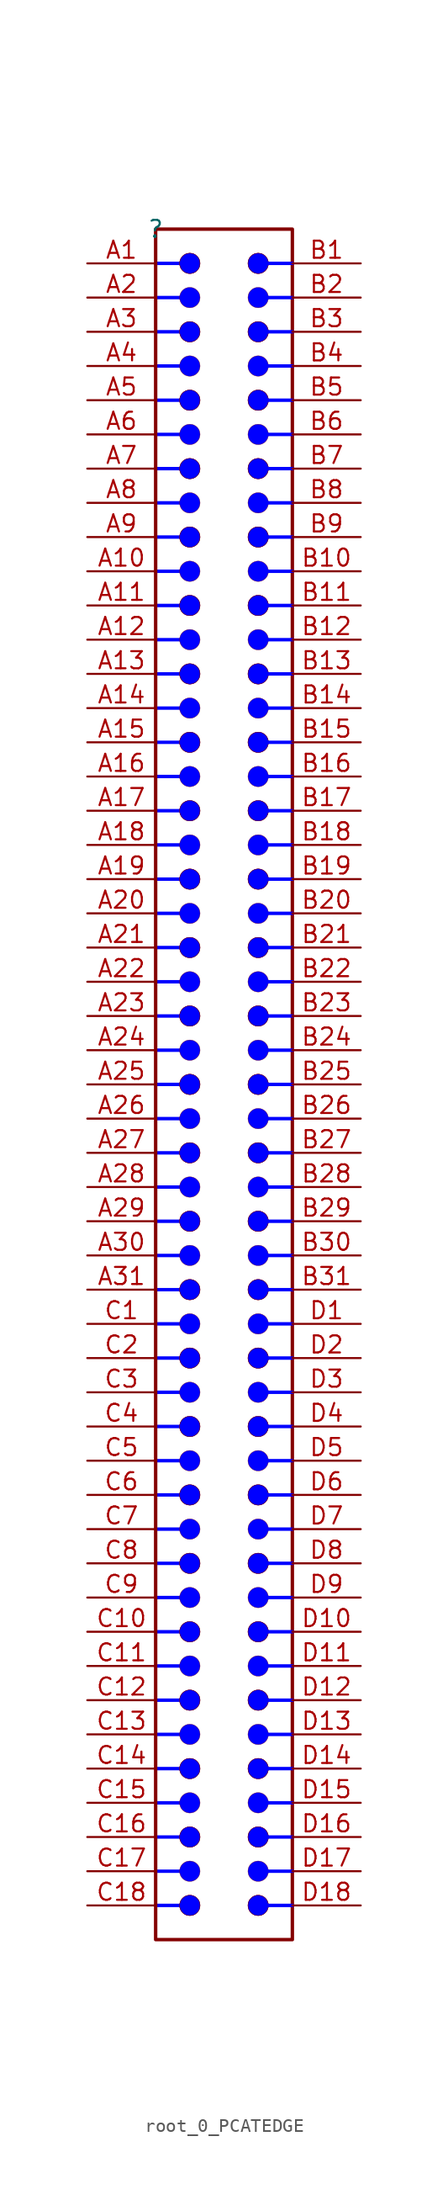
<source format=kicad_sym>
(kicad_symbol_lib
  (version 20220914)
  (generator kicad_symbol_editor)
  (symbol "root_0_PCATEDGE"
    (property "Reference" ""
      (at 0 0 0)
      (effects (font (size 1.27 1.27))))
    (property "Value" ""
      (at 0 0 0)
      (effects (font (size 1.27 1.27))))
    (symbol "root_0_PCATEDGE_1_0"
      (polyline (pts (xy 0 -124.46) (xy 1.778 -124.46)) (stroke (width 0.254) (type solid) (color 0 0 255 1)) (fill (type none)))
      (polyline (pts (xy 0 -121.92) (xy 1.778 -121.92)) (stroke (width 0.254) (type solid) (color 0 0 255 1)) (fill (type none)))
      (polyline (pts (xy 0 -119.38) (xy 1.778 -119.38)) (stroke (width 0.254) (type solid) (color 0 0 255 1)) (fill (type none)))
      (polyline (pts (xy 0 -116.84) (xy 1.778 -116.84)) (stroke (width 0.254) (type solid) (color 0 0 255 1)) (fill (type none)))
      (polyline (pts (xy 0 -114.3) (xy 1.778 -114.3)) (stroke (width 0.254) (type solid) (color 0 0 255 1)) (fill (type none)))
      (polyline (pts (xy 0 -111.76) (xy 1.778 -111.76)) (stroke (width 0.254) (type solid) (color 0 0 255 1)) (fill (type none)))
      (polyline (pts (xy 0 -109.22) (xy 1.778 -109.22)) (stroke (width 0.254) (type solid) (color 0 0 255 1)) (fill (type none)))
      (polyline (pts (xy 0 -106.68) (xy 1.778 -106.68)) (stroke (width 0.254) (type solid) (color 0 0 255 1)) (fill (type none)))
      (polyline (pts (xy 0 -104.14) (xy 1.778 -104.14)) (stroke (width 0.254) (type solid) (color 0 0 255 1)) (fill (type none)))
      (polyline (pts (xy 0 -101.6) (xy 1.778 -101.6)) (stroke (width 0.254) (type solid) (color 0 0 255 1)) (fill (type none)))
      (polyline (pts (xy 0 -99.06) (xy 1.778 -99.06)) (stroke (width 0.254) (type solid) (color 0 0 255 1)) (fill (type none)))
      (polyline (pts (xy 0 -96.52) (xy 1.778 -96.52)) (stroke (width 0.254) (type solid) (color 0 0 255 1)) (fill (type none)))
      (polyline (pts (xy 0 -93.98) (xy 1.778 -93.98)) (stroke (width 0.254) (type solid) (color 0 0 255 1)) (fill (type none)))
      (polyline (pts (xy 0 -91.44) (xy 1.778 -91.44)) (stroke (width 0.254) (type solid) (color 0 0 255 1)) (fill (type none)))
      (polyline (pts (xy 0 -88.9) (xy 1.778 -88.9)) (stroke (width 0.254) (type solid) (color 0 0 255 1)) (fill (type none)))
      (polyline (pts (xy 0 -86.36) (xy 1.778 -86.36)) (stroke (width 0.254) (type solid) (color 0 0 255 1)) (fill (type none)))
      (polyline (pts (xy 0 -83.82) (xy 1.778 -83.82)) (stroke (width 0.254) (type solid) (color 0 0 255 1)) (fill (type none)))
      (polyline (pts (xy 0 -81.28) (xy 1.778 -81.28)) (stroke (width 0.254) (type solid) (color 0 0 255 1)) (fill (type none)))
      (polyline (pts (xy 0 -78.74) (xy 1.778 -78.74)) (stroke (width 0.254) (type solid) (color 0 0 255 1)) (fill (type none)))
      (polyline (pts (xy 0 -76.2) (xy 1.778 -76.2)) (stroke (width 0.254) (type solid) (color 0 0 255 1)) (fill (type none)))
      (polyline (pts (xy 0 -73.66) (xy 1.778 -73.66)) (stroke (width 0.254) (type solid) (color 0 0 255 1)) (fill (type none)))
      (polyline (pts (xy 0 -71.12) (xy 1.778 -71.12)) (stroke (width 0.254) (type solid) (color 0 0 255 1)) (fill (type none)))
      (polyline (pts (xy 0 -68.58) (xy 1.778 -68.58)) (stroke (width 0.254) (type solid) (color 0 0 255 1)) (fill (type none)))
      (polyline (pts (xy 0 -66.04) (xy 1.778 -66.04)) (stroke (width 0.254) (type solid) (color 0 0 255 1)) (fill (type none)))
      (polyline (pts (xy 0 -63.5) (xy 1.778 -63.5)) (stroke (width 0.254) (type solid) (color 0 0 255 1)) (fill (type none)))
      (polyline (pts (xy 0 -60.96) (xy 1.778 -60.96)) (stroke (width 0.254) (type solid) (color 0 0 255 1)) (fill (type none)))
      (polyline (pts (xy 0 -58.42) (xy 1.778 -58.42)) (stroke (width 0.254) (type solid) (color 0 0 255 1)) (fill (type none)))
      (polyline (pts (xy 0 -55.88) (xy 1.778 -55.88)) (stroke (width 0.254) (type solid) (color 0 0 255 1)) (fill (type none)))
      (polyline (pts (xy 0 -53.34) (xy 1.778 -53.34)) (stroke (width 0.254) (type solid) (color 0 0 255 1)) (fill (type none)))
      (polyline (pts (xy 0 -50.8) (xy 1.778 -50.8)) (stroke (width 0.254) (type solid) (color 0 0 255 1)) (fill (type none)))
      (polyline (pts (xy 0 -48.26) (xy 1.778 -48.26)) (stroke (width 0.254) (type solid) (color 0 0 255 1)) (fill (type none)))
      (polyline (pts (xy 0 -45.72) (xy 1.778 -45.72)) (stroke (width 0.254) (type solid) (color 0 0 255 1)) (fill (type none)))
      (polyline (pts (xy 0 -43.18) (xy 1.778 -43.18)) (stroke (width 0.254) (type solid) (color 0 0 255 1)) (fill (type none)))
      (polyline (pts (xy 0 -40.64) (xy 1.778 -40.64)) (stroke (width 0.254) (type solid) (color 0 0 255 1)) (fill (type none)))
      (polyline (pts (xy 0 -38.1) (xy 1.778 -38.1)) (stroke (width 0.254) (type solid) (color 0 0 255 1)) (fill (type none)))
      (polyline (pts (xy 0 -35.56) (xy 1.778 -35.56)) (stroke (width 0.254) (type solid) (color 0 0 255 1)) (fill (type none)))
      (polyline (pts (xy 0 -33.02) (xy 1.778 -33.02)) (stroke (width 0.254) (type solid) (color 0 0 255 1)) (fill (type none)))
      (polyline (pts (xy 0 -30.48) (xy 1.778 -30.48)) (stroke (width 0.254) (type solid) (color 0 0 255 1)) (fill (type none)))
      (polyline (pts (xy 0 -27.94) (xy 1.778 -27.94)) (stroke (width 0.254) (type solid) (color 0 0 255 1)) (fill (type none)))
      (polyline (pts (xy 0 -25.4) (xy 1.778 -25.4)) (stroke (width 0.254) (type solid) (color 0 0 255 1)) (fill (type none)))
      (polyline (pts (xy 0 -22.86) (xy 1.778 -22.86)) (stroke (width 0.254) (type solid) (color 0 0 255 1)) (fill (type none)))
      (polyline (pts (xy 0 -20.32) (xy 1.778 -20.32)) (stroke (width 0.254) (type solid) (color 0 0 255 1)) (fill (type none)))
      (polyline (pts (xy 0 -17.78) (xy 1.778 -17.78)) (stroke (width 0.254) (type solid) (color 0 0 255 1)) (fill (type none)))
      (polyline (pts (xy 0 -15.24) (xy 1.778 -15.24)) (stroke (width 0.254) (type solid) (color 0 0 255 1)) (fill (type none)))
      (polyline (pts (xy 0 -12.7) (xy 1.778 -12.7)) (stroke (width 0.254) (type solid) (color 0 0 255 1)) (fill (type none)))
      (polyline (pts (xy 0 -10.16) (xy 1.778 -10.16)) (stroke (width 0.254) (type solid) (color 0 0 255 1)) (fill (type none)))
      (polyline (pts (xy 0 -7.62) (xy 1.778 -7.62)) (stroke (width 0.254) (type solid) (color 0 0 255 1)) (fill (type none)))
      (polyline (pts (xy 0 -5.08) (xy 1.778 -5.08)) (stroke (width 0.254) (type solid) (color 0 0 255 1)) (fill (type none)))
      (polyline (pts (xy 0 -2.54) (xy 1.778 -2.54)) (stroke (width 0.254) (type solid) (color 0 0 255 1)) (fill (type none)))
      (polyline (pts (xy 10.16 -124.46) (xy 8.382 -124.46)) (stroke (width 0.254) (type solid) (color 0 0 255 1)) (fill (type none)))
      (polyline (pts (xy 10.16 -121.92) (xy 8.382 -121.92)) (stroke (width 0.254) (type solid) (color 0 0 255 1)) (fill (type none)))
      (polyline (pts (xy 10.16 -119.38) (xy 8.382 -119.38)) (stroke (width 0.254) (type solid) (color 0 0 255 1)) (fill (type none)))
      (polyline (pts (xy 10.16 -116.84) (xy 8.382 -116.84)) (stroke (width 0.254) (type solid) (color 0 0 255 1)) (fill (type none)))
      (polyline (pts (xy 10.16 -114.3) (xy 8.382 -114.3)) (stroke (width 0.254) (type solid) (color 0 0 255 1)) (fill (type none)))
      (polyline (pts (xy 10.16 -111.76) (xy 8.382 -111.76)) (stroke (width 0.254) (type solid) (color 0 0 255 1)) (fill (type none)))
      (polyline (pts (xy 10.16 -109.22) (xy 8.382 -109.22)) (stroke (width 0.254) (type solid) (color 0 0 255 1)) (fill (type none)))
      (polyline (pts (xy 10.16 -106.68) (xy 8.382 -106.68)) (stroke (width 0.254) (type solid) (color 0 0 255 1)) (fill (type none)))
      (polyline (pts (xy 10.16 -104.14) (xy 8.382 -104.14)) (stroke (width 0.254) (type solid) (color 0 0 255 1)) (fill (type none)))
      (polyline (pts (xy 10.16 -101.6) (xy 8.382 -101.6)) (stroke (width 0.254) (type solid) (color 0 0 255 1)) (fill (type none)))
      (polyline (pts (xy 10.16 -99.06) (xy 8.382 -99.06)) (stroke (width 0.254) (type solid) (color 0 0 255 1)) (fill (type none)))
      (polyline (pts (xy 10.16 -96.52) (xy 8.382 -96.52)) (stroke (width 0.254) (type solid) (color 0 0 255 1)) (fill (type none)))
      (polyline (pts (xy 10.16 -93.98) (xy 8.382 -93.98)) (stroke (width 0.254) (type solid) (color 0 0 255 1)) (fill (type none)))
      (polyline (pts (xy 10.16 -91.44) (xy 8.382 -91.44)) (stroke (width 0.254) (type solid) (color 0 0 255 1)) (fill (type none)))
      (polyline (pts (xy 10.16 -88.9) (xy 8.382 -88.9)) (stroke (width 0.254) (type solid) (color 0 0 255 1)) (fill (type none)))
      (polyline (pts (xy 10.16 -86.36) (xy 8.382 -86.36)) (stroke (width 0.254) (type solid) (color 0 0 255 1)) (fill (type none)))
      (polyline (pts (xy 10.16 -83.82) (xy 8.382 -83.82)) (stroke (width 0.254) (type solid) (color 0 0 255 1)) (fill (type none)))
      (polyline (pts (xy 10.16 -81.28) (xy 8.382 -81.28)) (stroke (width 0.254) (type solid) (color 0 0 255 1)) (fill (type none)))
      (polyline (pts (xy 10.16 -78.74) (xy 8.382 -78.74)) (stroke (width 0.254) (type solid) (color 0 0 255 1)) (fill (type none)))
      (polyline (pts (xy 10.16 -76.2) (xy 8.382 -76.2)) (stroke (width 0.254) (type solid) (color 0 0 255 1)) (fill (type none)))
      (polyline (pts (xy 10.16 -73.66) (xy 8.382 -73.66)) (stroke (width 0.254) (type solid) (color 0 0 255 1)) (fill (type none)))
      (polyline (pts (xy 10.16 -71.12) (xy 8.382 -71.12)) (stroke (width 0.254) (type solid) (color 0 0 255 1)) (fill (type none)))
      (polyline (pts (xy 10.16 -68.58) (xy 8.382 -68.58)) (stroke (width 0.254) (type solid) (color 0 0 255 1)) (fill (type none)))
      (polyline (pts (xy 10.16 -66.04) (xy 8.382 -66.04)) (stroke (width 0.254) (type solid) (color 0 0 255 1)) (fill (type none)))
      (polyline (pts (xy 10.16 -63.5) (xy 8.382 -63.5)) (stroke (width 0.254) (type solid) (color 0 0 255 1)) (fill (type none)))
      (polyline (pts (xy 10.16 -60.96) (xy 8.382 -60.96)) (stroke (width 0.254) (type solid) (color 0 0 255 1)) (fill (type none)))
      (polyline (pts (xy 10.16 -58.42) (xy 8.382 -58.42)) (stroke (width 0.254) (type solid) (color 0 0 255 1)) (fill (type none)))
      (polyline (pts (xy 10.16 -55.88) (xy 8.382 -55.88)) (stroke (width 0.254) (type solid) (color 0 0 255 1)) (fill (type none)))
      (polyline (pts (xy 10.16 -53.34) (xy 8.382 -53.34)) (stroke (width 0.254) (type solid) (color 0 0 255 1)) (fill (type none)))
      (polyline (pts (xy 10.16 -50.8) (xy 8.382 -50.8)) (stroke (width 0.254) (type solid) (color 0 0 255 1)) (fill (type none)))
      (polyline (pts (xy 10.16 -48.26) (xy 8.382 -48.26)) (stroke (width 0.254) (type solid) (color 0 0 255 1)) (fill (type none)))
      (polyline (pts (xy 10.16 -45.72) (xy 8.382 -45.72)) (stroke (width 0.254) (type solid) (color 0 0 255 1)) (fill (type none)))
      (polyline (pts (xy 10.16 -43.18) (xy 8.382 -43.18)) (stroke (width 0.254) (type solid) (color 0 0 255 1)) (fill (type none)))
      (polyline (pts (xy 10.16 -40.64) (xy 8.382 -40.64)) (stroke (width 0.254) (type solid) (color 0 0 255 1)) (fill (type none)))
      (polyline (pts (xy 10.16 -38.1) (xy 8.382 -38.1)) (stroke (width 0.254) (type solid) (color 0 0 255 1)) (fill (type none)))
      (polyline (pts (xy 10.16 -35.56) (xy 8.382 -35.56)) (stroke (width 0.254) (type solid) (color 0 0 255 1)) (fill (type none)))
      (polyline (pts (xy 10.16 -33.02) (xy 8.382 -33.02)) (stroke (width 0.254) (type solid) (color 0 0 255 1)) (fill (type none)))
      (polyline (pts (xy 10.16 -30.48) (xy 8.382 -30.48)) (stroke (width 0.254) (type solid) (color 0 0 255 1)) (fill (type none)))
      (polyline (pts (xy 10.16 -27.94) (xy 8.382 -27.94)) (stroke (width 0.254) (type solid) (color 0 0 255 1)) (fill (type none)))
      (polyline (pts (xy 10.16 -25.4) (xy 8.382 -25.4)) (stroke (width 0.254) (type solid) (color 0 0 255 1)) (fill (type none)))
      (polyline (pts (xy 10.16 -22.86) (xy 8.382 -22.86)) (stroke (width 0.254) (type solid) (color 0 0 255 1)) (fill (type none)))
      (polyline (pts (xy 10.16 -20.32) (xy 8.382 -20.32)) (stroke (width 0.254) (type solid) (color 0 0 255 1)) (fill (type none)))
      (polyline (pts (xy 10.16 -17.78) (xy 8.382 -17.78)) (stroke (width 0.254) (type solid) (color 0 0 255 1)) (fill (type none)))
      (polyline (pts (xy 10.16 -15.24) (xy 8.382 -15.24)) (stroke (width 0.254) (type solid) (color 0 0 255 1)) (fill (type none)))
      (polyline (pts (xy 10.16 -12.7) (xy 8.382 -12.7)) (stroke (width 0.254) (type solid) (color 0 0 255 1)) (fill (type none)))
      (polyline (pts (xy 10.16 -10.16) (xy 8.382 -10.16)) (stroke (width 0.254) (type solid) (color 0 0 255 1)) (fill (type none)))
      (polyline (pts (xy 10.16 -7.62) (xy 8.382 -7.62)) (stroke (width 0.254) (type solid) (color 0 0 255 1)) (fill (type none)))
      (polyline (pts (xy 10.16 -5.08) (xy 8.382 -5.08)) (stroke (width 0.254) (type solid) (color 0 0 255 1)) (fill (type none)))
      (polyline (pts (xy 10.16 -2.54) (xy 8.382 -2.54)) (stroke (width 0.254) (type solid) (color 0 0 255 1)) (fill (type none)))
      (circle (center 2.54 -124.46) (radius 0.762) (stroke (width 0.0001) (type solid)) (fill (type color) (color 0 0 255 1)))
      (circle (center 2.54 -124.46) (radius 0.762) (stroke (width 0.0001) (type solid)) (fill (type color) (color 0 0 255 1)))
      (circle (center 2.54 -121.92) (radius 0.762) (stroke (width 0.0001) (type solid)) (fill (type color) (color 0 0 255 1)))
      (circle (center 2.54 -119.38) (radius 0.762) (stroke (width 0.0001) (type solid)) (fill (type color) (color 0 0 255 1)))
      (circle (center 2.54 -119.38) (radius 0.762) (stroke (width 0.0001) (type solid)) (fill (type color) (color 0 0 255 1)))
      (circle (center 2.54 -116.84) (radius 0.762) (stroke (width 0.0001) (type solid)) (fill (type color) (color 0 0 255 1)))
      (circle (center 2.54 -114.3) (radius 0.762) (stroke (width 0.0001) (type solid)) (fill (type color) (color 0 0 255 1)))
      (circle (center 2.54 -114.3) (radius 0.762) (stroke (width 0.0001) (type solid)) (fill (type color) (color 0 0 255 1)))
      (circle (center 2.54 -111.76) (radius 0.762) (stroke (width 0.0001) (type solid)) (fill (type color) (color 0 0 255 1)))
      (circle (center 2.54 -109.22) (radius 0.762) (stroke (width 0.0001) (type solid)) (fill (type color) (color 0 0 255 1)))
      (circle (center 2.54 -109.22) (radius 0.762) (stroke (width 0.0001) (type solid)) (fill (type color) (color 0 0 255 1)))
      (circle (center 2.54 -106.68) (radius 0.762) (stroke (width 0.0001) (type solid)) (fill (type color) (color 0 0 255 1)))
      (circle (center 2.54 -104.14) (radius 0.762) (stroke (width 0.0001) (type solid)) (fill (type color) (color 0 0 255 1)))
      (circle (center 2.54 -104.14) (radius 0.762) (stroke (width 0.0001) (type solid)) (fill (type color) (color 0 0 255 1)))
      (circle (center 2.54 -101.6) (radius 0.762) (stroke (width 0.0001) (type solid)) (fill (type color) (color 0 0 255 1)))
      (circle (center 2.54 -99.06) (radius 0.762) (stroke (width 0.0001) (type solid)) (fill (type color) (color 0 0 255 1)))
      (circle (center 2.54 -99.06) (radius 0.762) (stroke (width 0.0001) (type solid)) (fill (type color) (color 0 0 255 1)))
      (circle (center 2.54 -96.52) (radius 0.762) (stroke (width 0.0001) (type solid)) (fill (type color) (color 0 0 255 1)))
      (circle (center 2.54 -93.98) (radius 0.762) (stroke (width 0.0001) (type solid)) (fill (type color) (color 0 0 255 1)))
      (circle (center 2.54 -93.98) (radius 0.762) (stroke (width 0.0001) (type solid)) (fill (type color) (color 0 0 255 1)))
      (circle (center 2.54 -91.44) (radius 0.762) (stroke (width 0.0001) (type solid)) (fill (type color) (color 0 0 255 1)))
      (circle (center 2.54 -88.9) (radius 0.762) (stroke (width 0.0001) (type solid)) (fill (type color) (color 0 0 255 1)))
      (circle (center 2.54 -88.9) (radius 0.762) (stroke (width 0.0001) (type solid)) (fill (type color) (color 0 0 255 1)))
      (circle (center 2.54 -86.36) (radius 0.762) (stroke (width 0.0001) (type solid)) (fill (type color) (color 0 0 255 1)))
      (circle (center 2.54 -83.82) (radius 0.762) (stroke (width 0.0001) (type solid)) (fill (type color) (color 0 0 255 1)))
      (circle (center 2.54 -83.82) (radius 0.762) (stroke (width 0.0001) (type solid)) (fill (type color) (color 0 0 255 1)))
      (circle (center 2.54 -81.28) (radius 0.762) (stroke (width 0.0001) (type solid)) (fill (type color) (color 0 0 255 1)))
      (circle (center 2.54 -78.74) (radius 0.762) (stroke (width 0.0001) (type solid)) (fill (type color) (color 0 0 255 1)))
      (circle (center 2.54 -78.74) (radius 0.762) (stroke (width 0.0001) (type solid)) (fill (type color) (color 0 0 255 1)))
      (circle (center 2.54 -76.2) (radius 0.762) (stroke (width 0.0001) (type solid)) (fill (type color) (color 0 0 255 1)))
      (circle (center 2.54 -73.66) (radius 0.762) (stroke (width 0.0001) (type solid)) (fill (type color) (color 0 0 255 1)))
      (circle (center 2.54 -73.66) (radius 0.762) (stroke (width 0.0001) (type solid)) (fill (type color) (color 0 0 255 1)))
      (circle (center 2.54 -71.12) (radius 0.762) (stroke (width 0.0001) (type solid)) (fill (type color) (color 0 0 255 1)))
      (circle (center 2.54 -68.58) (radius 0.762) (stroke (width 0.0001) (type solid)) (fill (type color) (color 0 0 255 1)))
      (circle (center 2.54 -68.58) (radius 0.762) (stroke (width 0.0001) (type solid)) (fill (type color) (color 0 0 255 1)))
      (circle (center 2.54 -66.04) (radius 0.762) (stroke (width 0.0001) (type solid)) (fill (type color) (color 0 0 255 1)))
      (circle (center 2.54 -63.5) (radius 0.762) (stroke (width 0.0001) (type solid)) (fill (type color) (color 0 0 255 1)))
      (circle (center 2.54 -63.5) (radius 0.762) (stroke (width 0.0001) (type solid)) (fill (type color) (color 0 0 255 1)))
      (circle (center 2.54 -60.96) (radius 0.762) (stroke (width 0.0001) (type solid)) (fill (type color) (color 0 0 255 1)))
      (circle (center 2.54 -58.42) (radius 0.762) (stroke (width 0.0001) (type solid)) (fill (type color) (color 0 0 255 1)))
      (circle (center 2.54 -58.42) (radius 0.762) (stroke (width 0.0001) (type solid)) (fill (type color) (color 0 0 255 1)))
      (circle (center 2.54 -55.88) (radius 0.762) (stroke (width 0.0001) (type solid)) (fill (type color) (color 0 0 255 1)))
      (circle (center 2.54 -53.34) (radius 0.762) (stroke (width 0.0001) (type solid)) (fill (type color) (color 0 0 255 1)))
      (circle (center 2.54 -53.34) (radius 0.762) (stroke (width 0.0001) (type solid)) (fill (type color) (color 0 0 255 1)))
      (circle (center 2.54 -50.8) (radius 0.762) (stroke (width 0.0001) (type solid)) (fill (type color) (color 0 0 255 1)))
      (circle (center 2.54 -48.26) (radius 0.762) (stroke (width 0.0001) (type solid)) (fill (type color) (color 0 0 255 1)))
      (circle (center 2.54 -48.26) (radius 0.762) (stroke (width 0.0001) (type solid)) (fill (type color) (color 0 0 255 1)))
      (circle (center 2.54 -45.72) (radius 0.762) (stroke (width 0.0001) (type solid)) (fill (type color) (color 0 0 255 1)))
      (circle (center 2.54 -43.18) (radius 0.762) (stroke (width 0.0001) (type solid)) (fill (type color) (color 0 0 255 1)))
      (circle (center 2.54 -43.18) (radius 0.762) (stroke (width 0.0001) (type solid)) (fill (type color) (color 0 0 255 1)))
      (circle (center 2.54 -40.64) (radius 0.762) (stroke (width 0.0001) (type solid)) (fill (type color) (color 0 0 255 1)))
      (circle (center 2.54 -38.1) (radius 0.762) (stroke (width 0.0001) (type solid)) (fill (type color) (color 0 0 255 1)))
      (circle (center 2.54 -38.1) (radius 0.762) (stroke (width 0.0001) (type solid)) (fill (type color) (color 0 0 255 1)))
      (circle (center 2.54 -35.56) (radius 0.762) (stroke (width 0.0001) (type solid)) (fill (type color) (color 0 0 255 1)))
      (circle (center 2.54 -33.02) (radius 0.762) (stroke (width 0.0001) (type solid)) (fill (type color) (color 0 0 255 1)))
      (circle (center 2.54 -33.02) (radius 0.762) (stroke (width 0.0001) (type solid)) (fill (type color) (color 0 0 255 1)))
      (circle (center 2.54 -30.48) (radius 0.762) (stroke (width 0.0001) (type solid)) (fill (type color) (color 0 0 255 1)))
      (circle (center 2.54 -27.94) (radius 0.762) (stroke (width 0.0001) (type solid)) (fill (type color) (color 0 0 255 1)))
      (circle (center 2.54 -27.94) (radius 0.762) (stroke (width 0.0001) (type solid)) (fill (type color) (color 0 0 255 1)))
      (circle (center 2.54 -25.4) (radius 0.762) (stroke (width 0.0001) (type solid)) (fill (type color) (color 0 0 255 1)))
      (circle (center 2.54 -22.86) (radius 0.762) (stroke (width 0.0001) (type solid)) (fill (type color) (color 0 0 255 1)))
      (circle (center 2.54 -22.86) (radius 0.762) (stroke (width 0.0001) (type solid)) (fill (type color) (color 0 0 255 1)))
      (circle (center 2.54 -20.32) (radius 0.762) (stroke (width 0.0001) (type solid)) (fill (type color) (color 0 0 255 1)))
      (circle (center 2.54 -17.78) (radius 0.762) (stroke (width 0.0001) (type solid)) (fill (type color) (color 0 0 255 1)))
      (circle (center 2.54 -17.78) (radius 0.762) (stroke (width 0.0001) (type solid)) (fill (type color) (color 0 0 255 1)))
      (circle (center 2.54 -15.24) (radius 0.762) (stroke (width 0.0001) (type solid)) (fill (type color) (color 0 0 255 1)))
      (circle (center 2.54 -12.7) (radius 0.762) (stroke (width 0.0001) (type solid)) (fill (type color) (color 0 0 255 1)))
      (circle (center 2.54 -12.7) (radius 0.762) (stroke (width 0.0001) (type solid)) (fill (type color) (color 0 0 255 1)))
      (circle (center 2.54 -10.16) (radius 0.762) (stroke (width 0.0001) (type solid)) (fill (type color) (color 0 0 255 1)))
      (circle (center 2.54 -7.62) (radius 0.762) (stroke (width 0.0001) (type solid)) (fill (type color) (color 0 0 255 1)))
      (circle (center 2.54 -7.62) (radius 0.762) (stroke (width 0.0001) (type solid)) (fill (type color) (color 0 0 255 1)))
      (circle (center 2.54 -5.08) (radius 0.762) (stroke (width 0.0001) (type solid)) (fill (type color) (color 0 0 255 1)))
      (circle (center 2.54 -2.54) (radius 0.762) (stroke (width 0.0001) (type solid)) (fill (type color) (color 0 0 255 1)))
      (circle (center 2.54 -2.54) (radius 0.762) (stroke (width 0.0001) (type solid)) (fill (type color) (color 0 0 255 1)))
      (circle (center 7.62 -124.46) (radius 0.762) (stroke (width 0.0001) (type solid)) (fill (type color) (color 0 0 255 1)))
      (circle (center 7.62 -124.46) (radius 0.762) (stroke (width 0.0001) (type solid)) (fill (type color) (color 0 0 255 1)))
      (circle (center 7.62 -121.92) (radius 0.762) (stroke (width 0.0001) (type solid)) (fill (type color) (color 0 0 255 1)))
      (circle (center 7.62 -119.38) (radius 0.762) (stroke (width 0.0001) (type solid)) (fill (type color) (color 0 0 255 1)))
      (circle (center 7.62 -119.38) (radius 0.762) (stroke (width 0.0001) (type solid)) (fill (type color) (color 0 0 255 1)))
      (circle (center 7.62 -116.84) (radius 0.762) (stroke (width 0.0001) (type solid)) (fill (type color) (color 0 0 255 1)))
      (circle (center 7.62 -114.3) (radius 0.762) (stroke (width 0.0001) (type solid)) (fill (type color) (color 0 0 255 1)))
      (circle (center 7.62 -114.3) (radius 0.762) (stroke (width 0.0001) (type solid)) (fill (type color) (color 0 0 255 1)))
      (circle (center 7.62 -111.76) (radius 0.762) (stroke (width 0.0001) (type solid)) (fill (type color) (color 0 0 255 1)))
      (circle (center 7.62 -109.22) (radius 0.762) (stroke (width 0.0001) (type solid)) (fill (type color) (color 0 0 255 1)))
      (circle (center 7.62 -109.22) (radius 0.762) (stroke (width 0.0001) (type solid)) (fill (type color) (color 0 0 255 1)))
      (circle (center 7.62 -106.68) (radius 0.762) (stroke (width 0.0001) (type solid)) (fill (type color) (color 0 0 255 1)))
      (circle (center 7.62 -104.14) (radius 0.762) (stroke (width 0.0001) (type solid)) (fill (type color) (color 0 0 255 1)))
      (circle (center 7.62 -104.14) (radius 0.762) (stroke (width 0.0001) (type solid)) (fill (type color) (color 0 0 255 1)))
      (circle (center 7.62 -101.6) (radius 0.762) (stroke (width 0.0001) (type solid)) (fill (type color) (color 0 0 255 1)))
      (circle (center 7.62 -99.06) (radius 0.762) (stroke (width 0.0001) (type solid)) (fill (type color) (color 0 0 255 1)))
      (circle (center 7.62 -99.06) (radius 0.762) (stroke (width 0.0001) (type solid)) (fill (type color) (color 0 0 255 1)))
      (circle (center 7.62 -96.52) (radius 0.762) (stroke (width 0.0001) (type solid)) (fill (type color) (color 0 0 255 1)))
      (circle (center 7.62 -93.98) (radius 0.762) (stroke (width 0.0001) (type solid)) (fill (type color) (color 0 0 255 1)))
      (circle (center 7.62 -93.98) (radius 0.762) (stroke (width 0.0001) (type solid)) (fill (type color) (color 0 0 255 1)))
      (circle (center 7.62 -91.44) (radius 0.762) (stroke (width 0.0001) (type solid)) (fill (type color) (color 0 0 255 1)))
      (circle (center 7.62 -88.9) (radius 0.762) (stroke (width 0.0001) (type solid)) (fill (type color) (color 0 0 255 1)))
      (circle (center 7.62 -88.9) (radius 0.762) (stroke (width 0.0001) (type solid)) (fill (type color) (color 0 0 255 1)))
      (circle (center 7.62 -86.36) (radius 0.762) (stroke (width 0.0001) (type solid)) (fill (type color) (color 0 0 255 1)))
      (circle (center 7.62 -83.82) (radius 0.762) (stroke (width 0.0001) (type solid)) (fill (type color) (color 0 0 255 1)))
      (circle (center 7.62 -83.82) (radius 0.762) (stroke (width 0.0001) (type solid)) (fill (type color) (color 0 0 255 1)))
      (circle (center 7.62 -81.28) (radius 0.762) (stroke (width 0.0001) (type solid)) (fill (type color) (color 0 0 255 1)))
      (circle (center 7.62 -78.74) (radius 0.762) (stroke (width 0.0001) (type solid)) (fill (type color) (color 0 0 255 1)))
      (circle (center 7.62 -78.74) (radius 0.762) (stroke (width 0.0001) (type solid)) (fill (type color) (color 0 0 255 1)))
      (circle (center 7.62 -76.2) (radius 0.762) (stroke (width 0.0001) (type solid)) (fill (type color) (color 0 0 255 1)))
      (circle (center 7.62 -73.66) (radius 0.762) (stroke (width 0.0001) (type solid)) (fill (type color) (color 0 0 255 1)))
      (circle (center 7.62 -73.66) (radius 0.762) (stroke (width 0.0001) (type solid)) (fill (type color) (color 0 0 255 1)))
      (circle (center 7.62 -71.12) (radius 0.762) (stroke (width 0.0001) (type solid)) (fill (type color) (color 0 0 255 1)))
      (circle (center 7.62 -68.58) (radius 0.762) (stroke (width 0.0001) (type solid)) (fill (type color) (color 0 0 255 1)))
      (circle (center 7.62 -68.58) (radius 0.762) (stroke (width 0.0001) (type solid)) (fill (type color) (color 0 0 255 1)))
      (circle (center 7.62 -66.04) (radius 0.762) (stroke (width 0.0001) (type solid)) (fill (type color) (color 0 0 255 1)))
      (circle (center 7.62 -63.5) (radius 0.762) (stroke (width 0.0001) (type solid)) (fill (type color) (color 0 0 255 1)))
      (circle (center 7.62 -63.5) (radius 0.762) (stroke (width 0.0001) (type solid)) (fill (type color) (color 0 0 255 1)))
      (circle (center 7.62 -60.96) (radius 0.762) (stroke (width 0.0001) (type solid)) (fill (type color) (color 0 0 255 1)))
      (circle (center 7.62 -58.42) (radius 0.762) (stroke (width 0.0001) (type solid)) (fill (type color) (color 0 0 255 1)))
      (circle (center 7.62 -58.42) (radius 0.762) (stroke (width 0.0001) (type solid)) (fill (type color) (color 0 0 255 1)))
      (circle (center 7.62 -55.88) (radius 0.762) (stroke (width 0.0001) (type solid)) (fill (type color) (color 0 0 255 1)))
      (circle (center 7.62 -53.34) (radius 0.762) (stroke (width 0.0001) (type solid)) (fill (type color) (color 0 0 255 1)))
      (circle (center 7.62 -53.34) (radius 0.762) (stroke (width 0.0001) (type solid)) (fill (type color) (color 0 0 255 1)))
      (circle (center 7.62 -50.8) (radius 0.762) (stroke (width 0.0001) (type solid)) (fill (type color) (color 0 0 255 1)))
      (circle (center 7.62 -48.26) (radius 0.762) (stroke (width 0.0001) (type solid)) (fill (type color) (color 0 0 255 1)))
      (circle (center 7.62 -48.26) (radius 0.762) (stroke (width 0.0001) (type solid)) (fill (type color) (color 0 0 255 1)))
      (circle (center 7.62 -45.72) (radius 0.762) (stroke (width 0.0001) (type solid)) (fill (type color) (color 0 0 255 1)))
      (circle (center 7.62 -43.18) (radius 0.762) (stroke (width 0.0001) (type solid)) (fill (type color) (color 0 0 255 1)))
      (circle (center 7.62 -43.18) (radius 0.762) (stroke (width 0.0001) (type solid)) (fill (type color) (color 0 0 255 1)))
      (circle (center 7.62 -40.64) (radius 0.762) (stroke (width 0.0001) (type solid)) (fill (type color) (color 0 0 255 1)))
      (circle (center 7.62 -38.1) (radius 0.762) (stroke (width 0.0001) (type solid)) (fill (type color) (color 0 0 255 1)))
      (circle (center 7.62 -38.1) (radius 0.762) (stroke (width 0.0001) (type solid)) (fill (type color) (color 0 0 255 1)))
      (circle (center 7.62 -35.56) (radius 0.762) (stroke (width 0.0001) (type solid)) (fill (type color) (color 0 0 255 1)))
      (circle (center 7.62 -33.02) (radius 0.762) (stroke (width 0.0001) (type solid)) (fill (type color) (color 0 0 255 1)))
      (circle (center 7.62 -33.02) (radius 0.762) (stroke (width 0.0001) (type solid)) (fill (type color) (color 0 0 255 1)))
      (circle (center 7.62 -30.48) (radius 0.762) (stroke (width 0.0001) (type solid)) (fill (type color) (color 0 0 255 1)))
      (circle (center 7.62 -27.94) (radius 0.762) (stroke (width 0.0001) (type solid)) (fill (type color) (color 0 0 255 1)))
      (circle (center 7.62 -27.94) (radius 0.762) (stroke (width 0.0001) (type solid)) (fill (type color) (color 0 0 255 1)))
      (circle (center 7.62 -25.4) (radius 0.762) (stroke (width 0.0001) (type solid)) (fill (type color) (color 0 0 255 1)))
      (circle (center 7.62 -22.86) (radius 0.762) (stroke (width 0.0001) (type solid)) (fill (type color) (color 0 0 255 1)))
      (circle (center 7.62 -22.86) (radius 0.762) (stroke (width 0.0001) (type solid)) (fill (type color) (color 0 0 255 1)))
      (circle (center 7.62 -20.32) (radius 0.762) (stroke (width 0.0001) (type solid)) (fill (type color) (color 0 0 255 1)))
      (circle (center 7.62 -17.78) (radius 0.762) (stroke (width 0.0001) (type solid)) (fill (type color) (color 0 0 255 1)))
      (circle (center 7.62 -17.78) (radius 0.762) (stroke (width 0.0001) (type solid)) (fill (type color) (color 0 0 255 1)))
      (circle (center 7.62 -15.24) (radius 0.762) (stroke (width 0.0001) (type solid)) (fill (type color) (color 0 0 255 1)))
      (circle (center 7.62 -12.7) (radius 0.762) (stroke (width 0.0001) (type solid)) (fill (type color) (color 0 0 255 1)))
      (circle (center 7.62 -12.7) (radius 0.762) (stroke (width 0.0001) (type solid)) (fill (type color) (color 0 0 255 1)))
      (circle (center 7.62 -10.16) (radius 0.762) (stroke (width 0.0001) (type solid)) (fill (type color) (color 0 0 255 1)))
      (circle (center 7.62 -7.62) (radius 0.762) (stroke (width 0.0001) (type solid)) (fill (type color) (color 0 0 255 1)))
      (circle (center 7.62 -7.62) (radius 0.762) (stroke (width 0.0001) (type solid)) (fill (type color) (color 0 0 255 1)))
      (circle (center 7.62 -5.08) (radius 0.762) (stroke (width 0.0001) (type solid)) (fill (type color) (color 0 0 255 1)))
      (circle (center 7.62 -2.54) (radius 0.762) (stroke (width 0.0001) (type solid)) (fill (type color) (color 0 0 255 1)))
      (circle (center 7.62 -2.54) (radius 0.762) (stroke (width 0.0001) (type solid)) (fill (type color) (color 0 0 255 1)))
      (rectangle (start 10.16 0) (end 0 -127) (stroke (width 0.254) (type solid)) (fill (type none)))
      (pin passive line (at -5.08 -2.54 0) (length 5.08) (name "A1" (effects (font (size 0 0)))) (number "A1" (effects (font (size 1.27 1.27)))))
      (pin passive line (at -5.08 -25.4 0) (length 5.08) (name "A10" (effects (font (size 0 0)))) (number "A10" (effects (font (size 1.27 1.27)))))
      (pin passive line (at -5.08 -27.94 0) (length 5.08) (name "A11" (effects (font (size 0 0)))) (number "A11" (effects (font (size 1.27 1.27)))))
      (pin passive line (at -5.08 -30.48 0) (length 5.08) (name "A12" (effects (font (size 0 0)))) (number "A12" (effects (font (size 1.27 1.27)))))
      (pin passive line (at -5.08 -33.02 0) (length 5.08) (name "A13" (effects (font (size 0 0)))) (number "A13" (effects (font (size 1.27 1.27)))))
      (pin passive line (at -5.08 -35.56 0) (length 5.08) (name "A14" (effects (font (size 0 0)))) (number "A14" (effects (font (size 1.27 1.27)))))
      (pin passive line (at -5.08 -38.1 0) (length 5.08) (name "A15" (effects (font (size 0 0)))) (number "A15" (effects (font (size 1.27 1.27)))))
      (pin passive line (at -5.08 -40.64 0) (length 5.08) (name "A16" (effects (font (size 0 0)))) (number "A16" (effects (font (size 1.27 1.27)))))
      (pin passive line (at -5.08 -43.18 0) (length 5.08) (name "A17" (effects (font (size 0 0)))) (number "A17" (effects (font (size 1.27 1.27)))))
      (pin passive line (at -5.08 -45.72 0) (length 5.08) (name "A18" (effects (font (size 0 0)))) (number "A18" (effects (font (size 1.27 1.27)))))
      (pin passive line (at -5.08 -48.26 0) (length 5.08) (name "A19" (effects (font (size 0 0)))) (number "A19" (effects (font (size 1.27 1.27)))))
      (pin passive line (at -5.08 -5.08 0) (length 5.08) (name "A2" (effects (font (size 0 0)))) (number "A2" (effects (font (size 1.27 1.27)))))
      (pin passive line (at -5.08 -50.8 0) (length 5.08) (name "A20" (effects (font (size 0 0)))) (number "A20" (effects (font (size 1.27 1.27)))))
      (pin passive line (at -5.08 -53.34 0) (length 5.08) (name "A21" (effects (font (size 0 0)))) (number "A21" (effects (font (size 1.27 1.27)))))
      (pin passive line (at -5.08 -55.88 0) (length 5.08) (name "A22" (effects (font (size 0 0)))) (number "A22" (effects (font (size 1.27 1.27)))))
      (pin passive line (at -5.08 -58.42 0) (length 5.08) (name "A23" (effects (font (size 0 0)))) (number "A23" (effects (font (size 1.27 1.27)))))
      (pin passive line (at -5.08 -60.96 0) (length 5.08) (name "A24" (effects (font (size 0 0)))) (number "A24" (effects (font (size 1.27 1.27)))))
      (pin passive line (at -5.08 -63.5 0) (length 5.08) (name "A25" (effects (font (size 0 0)))) (number "A25" (effects (font (size 1.27 1.27)))))
      (pin passive line (at -5.08 -66.04 0) (length 5.08) (name "A26" (effects (font (size 0 0)))) (number "A26" (effects (font (size 1.27 1.27)))))
      (pin passive line (at -5.08 -68.58 0) (length 5.08) (name "A27" (effects (font (size 0 0)))) (number "A27" (effects (font (size 1.27 1.27)))))
      (pin passive line (at -5.08 -71.12 0) (length 5.08) (name "A28" (effects (font (size 0 0)))) (number "A28" (effects (font (size 1.27 1.27)))))
      (pin passive line (at -5.08 -73.66 0) (length 5.08) (name "A29" (effects (font (size 0 0)))) (number "A29" (effects (font (size 1.27 1.27)))))
      (pin passive line (at -5.08 -7.62 0) (length 5.08) (name "A3" (effects (font (size 0 0)))) (number "A3" (effects (font (size 1.27 1.27)))))
      (pin passive line (at -5.08 -76.2 0) (length 5.08) (name "A30" (effects (font (size 0 0)))) (number "A30" (effects (font (size 1.27 1.27)))))
      (pin passive line (at -5.08 -78.74 0) (length 5.08) (name "A31" (effects (font (size 0 0)))) (number "A31" (effects (font (size 1.27 1.27)))))
      (pin passive line (at -5.08 -10.16 0) (length 5.08) (name "A4" (effects (font (size 0 0)))) (number "A4" (effects (font (size 1.27 1.27)))))
      (pin passive line (at -5.08 -12.7 0) (length 5.08) (name "A5" (effects (font (size 0 0)))) (number "A5" (effects (font (size 1.27 1.27)))))
      (pin passive line (at -5.08 -15.24 0) (length 5.08) (name "A6" (effects (font (size 0 0)))) (number "A6" (effects (font (size 1.27 1.27)))))
      (pin passive line (at -5.08 -17.78 0) (length 5.08) (name "A7" (effects (font (size 0 0)))) (number "A7" (effects (font (size 1.27 1.27)))))
      (pin passive line (at -5.08 -20.32 0) (length 5.08) (name "A8" (effects (font (size 0 0)))) (number "A8" (effects (font (size 1.27 1.27)))))
      (pin passive line (at -5.08 -22.86 0) (length 5.08) (name "A9" (effects (font (size 0 0)))) (number "A9" (effects (font (size 1.27 1.27)))))
      (pin passive line (at 15.24 -2.54 180) (length 5.08) (name "B1" (effects (font (size 0 0)))) (number "B1" (effects (font (size 1.27 1.27)))))
      (pin passive line (at 15.24 -25.4 180) (length 5.08) (name "B10" (effects (font (size 0 0)))) (number "B10" (effects (font (size 1.27 1.27)))))
      (pin passive line (at 15.24 -27.94 180) (length 5.08) (name "B11" (effects (font (size 0 0)))) (number "B11" (effects (font (size 1.27 1.27)))))
      (pin passive line (at 15.24 -30.48 180) (length 5.08) (name "B12" (effects (font (size 0 0)))) (number "B12" (effects (font (size 1.27 1.27)))))
      (pin passive line (at 15.24 -33.02 180) (length 5.08) (name "B13" (effects (font (size 0 0)))) (number "B13" (effects (font (size 1.27 1.27)))))
      (pin passive line (at 15.24 -35.56 180) (length 5.08) (name "B14" (effects (font (size 0 0)))) (number "B14" (effects (font (size 1.27 1.27)))))
      (pin passive line (at 15.24 -38.1 180) (length 5.08) (name "B15" (effects (font (size 0 0)))) (number "B15" (effects (font (size 1.27 1.27)))))
      (pin passive line (at 15.24 -40.64 180) (length 5.08) (name "B16" (effects (font (size 0 0)))) (number "B16" (effects (font (size 1.27 1.27)))))
      (pin passive line (at 15.24 -43.18 180) (length 5.08) (name "B17" (effects (font (size 0 0)))) (number "B17" (effects (font (size 1.27 1.27)))))
      (pin passive line (at 15.24 -45.72 180) (length 5.08) (name "B18" (effects (font (size 0 0)))) (number "B18" (effects (font (size 1.27 1.27)))))
      (pin passive line (at 15.24 -48.26 180) (length 5.08) (name "B19" (effects (font (size 0 0)))) (number "B19" (effects (font (size 1.27 1.27)))))
      (pin passive line (at 15.24 -5.08 180) (length 5.08) (name "B2" (effects (font (size 0 0)))) (number "B2" (effects (font (size 1.27 1.27)))))
      (pin passive line (at 15.24 -50.8 180) (length 5.08) (name "B20" (effects (font (size 0 0)))) (number "B20" (effects (font (size 1.27 1.27)))))
      (pin passive line (at 15.24 -53.34 180) (length 5.08) (name "B21" (effects (font (size 0 0)))) (number "B21" (effects (font (size 1.27 1.27)))))
      (pin passive line (at 15.24 -55.88 180) (length 5.08) (name "B22" (effects (font (size 0 0)))) (number "B22" (effects (font (size 1.27 1.27)))))
      (pin passive line (at 15.24 -58.42 180) (length 5.08) (name "B23" (effects (font (size 0 0)))) (number "B23" (effects (font (size 1.27 1.27)))))
      (pin passive line (at 15.24 -60.96 180) (length 5.08) (name "B24" (effects (font (size 0 0)))) (number "B24" (effects (font (size 1.27 1.27)))))
      (pin passive line (at 15.24 -63.5 180) (length 5.08) (name "B25" (effects (font (size 0 0)))) (number "B25" (effects (font (size 1.27 1.27)))))
      (pin passive line (at 15.24 -66.04 180) (length 5.08) (name "B26" (effects (font (size 0 0)))) (number "B26" (effects (font (size 1.27 1.27)))))
      (pin passive line (at 15.24 -68.58 180) (length 5.08) (name "B27" (effects (font (size 0 0)))) (number "B27" (effects (font (size 1.27 1.27)))))
      (pin passive line (at 15.24 -71.12 180) (length 5.08) (name "B28" (effects (font (size 0 0)))) (number "B28" (effects (font (size 1.27 1.27)))))
      (pin passive line (at 15.24 -73.66 180) (length 5.08) (name "B29" (effects (font (size 0 0)))) (number "B29" (effects (font (size 1.27 1.27)))))
      (pin passive line (at 15.24 -7.62 180) (length 5.08) (name "B3" (effects (font (size 0 0)))) (number "B3" (effects (font (size 1.27 1.27)))))
      (pin passive line (at 15.24 -76.2 180) (length 5.08) (name "B30" (effects (font (size 0 0)))) (number "B30" (effects (font (size 1.27 1.27)))))
      (pin passive line (at 15.24 -78.74 180) (length 5.08) (name "B31" (effects (font (size 0 0)))) (number "B31" (effects (font (size 1.27 1.27)))))
      (pin passive line (at 15.24 -10.16 180) (length 5.08) (name "B4" (effects (font (size 0 0)))) (number "B4" (effects (font (size 1.27 1.27)))))
      (pin passive line (at 15.24 -12.7 180) (length 5.08) (name "B5" (effects (font (size 0 0)))) (number "B5" (effects (font (size 1.27 1.27)))))
      (pin passive line (at 15.24 -15.24 180) (length 5.08) (name "B6" (effects (font (size 0 0)))) (number "B6" (effects (font (size 1.27 1.27)))))
      (pin passive line (at 15.24 -17.78 180) (length 5.08) (name "B7" (effects (font (size 0 0)))) (number "B7" (effects (font (size 1.27 1.27)))))
      (pin passive line (at 15.24 -20.32 180) (length 5.08) (name "B8" (effects (font (size 0 0)))) (number "B8" (effects (font (size 1.27 1.27)))))
      (pin passive line (at 15.24 -22.86 180) (length 5.08) (name "B9" (effects (font (size 0 0)))) (number "B9" (effects (font (size 1.27 1.27)))))
      (pin passive line (at -5.08 -81.28 0) (length 5.08) (name "C1" (effects (font (size 0 0)))) (number "C1" (effects (font (size 1.27 1.27)))))
      (pin passive line (at -5.08 -104.14 0) (length 5.08) (name "C10" (effects (font (size 0 0)))) (number "C10" (effects (font (size 1.27 1.27)))))
      (pin passive line (at -5.08 -106.68 0) (length 5.08) (name "C11" (effects (font (size 0 0)))) (number "C11" (effects (font (size 1.27 1.27)))))
      (pin passive line (at -5.08 -109.22 0) (length 5.08) (name "C12" (effects (font (size 0 0)))) (number "C12" (effects (font (size 1.27 1.27)))))
      (pin passive line (at -5.08 -111.76 0) (length 5.08) (name "C13" (effects (font (size 0 0)))) (number "C13" (effects (font (size 1.27 1.27)))))
      (pin passive line (at -5.08 -114.3 0) (length 5.08) (name "C14" (effects (font (size 0 0)))) (number "C14" (effects (font (size 1.27 1.27)))))
      (pin passive line (at -5.08 -116.84 0) (length 5.08) (name "C15" (effects (font (size 0 0)))) (number "C15" (effects (font (size 1.27 1.27)))))
      (pin passive line (at -5.08 -119.38 0) (length 5.08) (name "C16" (effects (font (size 0 0)))) (number "C16" (effects (font (size 1.27 1.27)))))
      (pin passive line (at -5.08 -121.92 0) (length 5.08) (name "C17" (effects (font (size 0 0)))) (number "C17" (effects (font (size 1.27 1.27)))))
      (pin passive line (at -5.08 -124.46 0) (length 5.08) (name "C18" (effects (font (size 0 0)))) (number "C18" (effects (font (size 1.27 1.27)))))
      (pin passive line (at -5.08 -83.82 0) (length 5.08) (name "C2" (effects (font (size 0 0)))) (number "C2" (effects (font (size 1.27 1.27)))))
      (pin passive line (at -5.08 -86.36 0) (length 5.08) (name "C3" (effects (font (size 0 0)))) (number "C3" (effects (font (size 1.27 1.27)))))
      (pin passive line (at -5.08 -88.9 0) (length 5.08) (name "C4" (effects (font (size 0 0)))) (number "C4" (effects (font (size 1.27 1.27)))))
      (pin passive line (at -5.08 -91.44 0) (length 5.08) (name "C5" (effects (font (size 0 0)))) (number "C5" (effects (font (size 1.27 1.27)))))
      (pin passive line (at -5.08 -93.98 0) (length 5.08) (name "C6" (effects (font (size 0 0)))) (number "C6" (effects (font (size 1.27 1.27)))))
      (pin passive line (at -5.08 -96.52 0) (length 5.08) (name "C7" (effects (font (size 0 0)))) (number "C7" (effects (font (size 1.27 1.27)))))
      (pin passive line (at -5.08 -99.06 0) (length 5.08) (name "C8" (effects (font (size 0 0)))) (number "C8" (effects (font (size 1.27 1.27)))))
      (pin passive line (at -5.08 -101.6 0) (length 5.08) (name "C9" (effects (font (size 0 0)))) (number "C9" (effects (font (size 1.27 1.27)))))
      (pin passive line (at 15.24 -81.28 180) (length 5.08) (name "D1" (effects (font (size 0 0)))) (number "D1" (effects (font (size 1.27 1.27)))))
      (pin passive line (at 15.24 -104.14 180) (length 5.08) (name "D10" (effects (font (size 0 0)))) (number "D10" (effects (font (size 1.27 1.27)))))
      (pin passive line (at 15.24 -106.68 180) (length 5.08) (name "D11" (effects (font (size 0 0)))) (number "D11" (effects (font (size 1.27 1.27)))))
      (pin passive line (at 15.24 -109.22 180) (length 5.08) (name "D12" (effects (font (size 0 0)))) (number "D12" (effects (font (size 1.27 1.27)))))
      (pin passive line (at 15.24 -111.76 180) (length 5.08) (name "D13" (effects (font (size 0 0)))) (number "D13" (effects (font (size 1.27 1.27)))))
      (pin passive line (at 15.24 -114.3 180) (length 5.08) (name "D14" (effects (font (size 0 0)))) (number "D14" (effects (font (size 1.27 1.27)))))
      (pin passive line (at 15.24 -116.84 180) (length 5.08) (name "D15" (effects (font (size 0 0)))) (number "D15" (effects (font (size 1.27 1.27)))))
      (pin passive line (at 15.24 -119.38 180) (length 5.08) (name "D16" (effects (font (size 0 0)))) (number "D16" (effects (font (size 1.27 1.27)))))
      (pin passive line (at 15.24 -121.92 180) (length 5.08) (name "D17" (effects (font (size 0 0)))) (number "D17" (effects (font (size 1.27 1.27)))))
      (pin passive line (at 15.24 -124.46 180) (length 5.08) (name "D18" (effects (font (size 0 0)))) (number "D18" (effects (font (size 1.27 1.27)))))
      (pin passive line (at 15.24 -83.82 180) (length 5.08) (name "D2" (effects (font (size 0 0)))) (number "D2" (effects (font (size 1.27 1.27)))))
      (pin passive line (at 15.24 -86.36 180) (length 5.08) (name "D3" (effects (font (size 0 0)))) (number "D3" (effects (font (size 1.27 1.27)))))
      (pin passive line (at 15.24 -88.9 180) (length 5.08) (name "D4" (effects (font (size 0 0)))) (number "D4" (effects (font (size 1.27 1.27)))))
      (pin passive line (at 15.24 -91.44 180) (length 5.08) (name "D5" (effects (font (size 0 0)))) (number "D5" (effects (font (size 1.27 1.27)))))
      (pin passive line (at 15.24 -93.98 180) (length 5.08) (name "D6" (effects (font (size 0 0)))) (number "D6" (effects (font (size 1.27 1.27)))))
      (pin passive line (at 15.24 -96.52 180) (length 5.08) (name "D7" (effects (font (size 0 0)))) (number "D7" (effects (font (size 1.27 1.27)))))
      (pin passive line (at 15.24 -99.06 180) (length 5.08) (name "D8" (effects (font (size 0 0)))) (number "D8" (effects (font (size 1.27 1.27)))))
      (pin passive line (at 15.24 -101.6 180) (length 5.08) (name "D9" (effects (font (size 0 0)))) (number "D9" (effects (font (size 1.27 1.27))))))))
</source>
